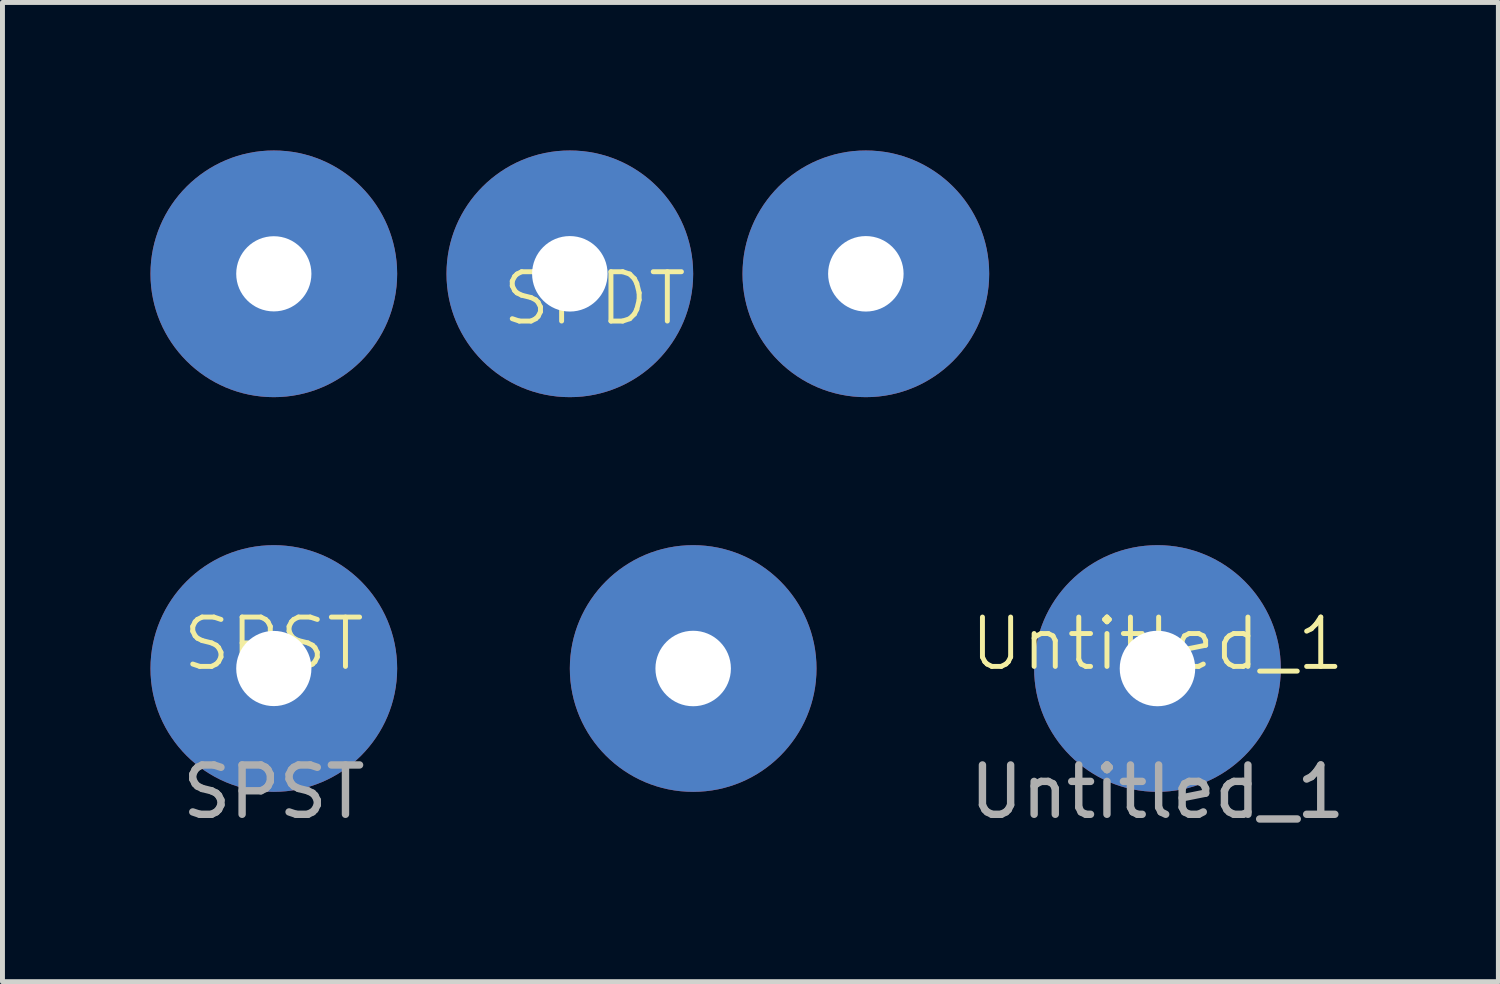
<source format=kicad_pcb>
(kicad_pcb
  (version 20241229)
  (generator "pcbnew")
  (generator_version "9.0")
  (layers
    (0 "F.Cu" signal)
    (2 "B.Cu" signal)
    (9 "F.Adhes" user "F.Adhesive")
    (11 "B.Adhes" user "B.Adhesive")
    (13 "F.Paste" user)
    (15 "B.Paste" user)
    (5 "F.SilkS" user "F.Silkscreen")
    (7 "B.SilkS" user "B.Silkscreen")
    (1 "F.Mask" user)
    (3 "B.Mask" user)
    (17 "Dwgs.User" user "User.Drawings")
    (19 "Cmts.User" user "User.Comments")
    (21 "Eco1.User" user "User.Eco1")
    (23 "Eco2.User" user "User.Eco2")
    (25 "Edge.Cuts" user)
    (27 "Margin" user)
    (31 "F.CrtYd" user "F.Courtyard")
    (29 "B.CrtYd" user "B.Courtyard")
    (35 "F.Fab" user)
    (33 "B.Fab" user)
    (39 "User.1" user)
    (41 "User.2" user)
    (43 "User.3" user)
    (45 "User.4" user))
  (footprint "SPDT"
    (layer "F.Cu")
    (at 8.5 3)
    (property "Reference" "SPDT" (at 0.5 0 0) (unlocked yes) (layer "F.SilkS") (effects (font (size 1 1) (thickness 0.1))))
    (attr smd)
    (pad "1" thru_hole circle (at -6 -0.5) (size 5 5) (drill 1.524) (layers "*.Cu" "*.Mask"))
    (pad "2" thru_hole circle (at 0 -0.5) (size 5 5) (drill 1.53) (layers "*.Cu" "*.Mask"))
    (pad "3" thru_hole circle (at 6 -0.5) (size 5 5) (drill 1.53) (layers "*.Cu" "*.Mask")))
  (footprint "Untitled_1"
    (layer "F.Cu")
    (at 20.411 10.5)
    (property "Reference" "Untitled_1" (at 0 -0.5 0) (unlocked yes) (layer "F.SilkS") (effects (font (size 1 1) (thickness 0.1))))
    (attr smd)
    (fp_text user "${REFERENCE}" (at 0 2.5 0) (unlocked yes) (layer "F.Fab") (effects (font (size 1 1) (thickness 0.15))))
    (pad "1" thru_hole circle (at 0 0) (size 5 5) (drill 1.53) (layers "*.Cu" "*.Mask")))
  (footprint "SPST"
    (layer "F.Cu")
    (at 2.5 10.5)
    (property "Reference" "SPST" (at 0 -0.5 0) (unlocked yes) (layer "F.SilkS") (effects (font (size 1 1) (thickness 0.1))))
    (attr smd)
    (fp_text user "${REFERENCE}" (at 0 2.5 0) (unlocked yes) (layer "F.Fab") (effects (font (size 1 1) (thickness 0.15))))
    (pad "1" thru_hole circle (at 0 0) (size 5 5) (drill 1.524) (layers "*.Cu" "*.Mask"))
    (pad "2" thru_hole circle (at 8.5 0) (size 5 5) (drill 1.53) (layers "*.Cu" "*.Mask")))
  (gr_rect
    (start -3 -3)
    (end 27.321 16.848)
    (stroke (width 0.1) (type default))
    (fill no)
    (layer "Edge.Cuts")))
</source>
